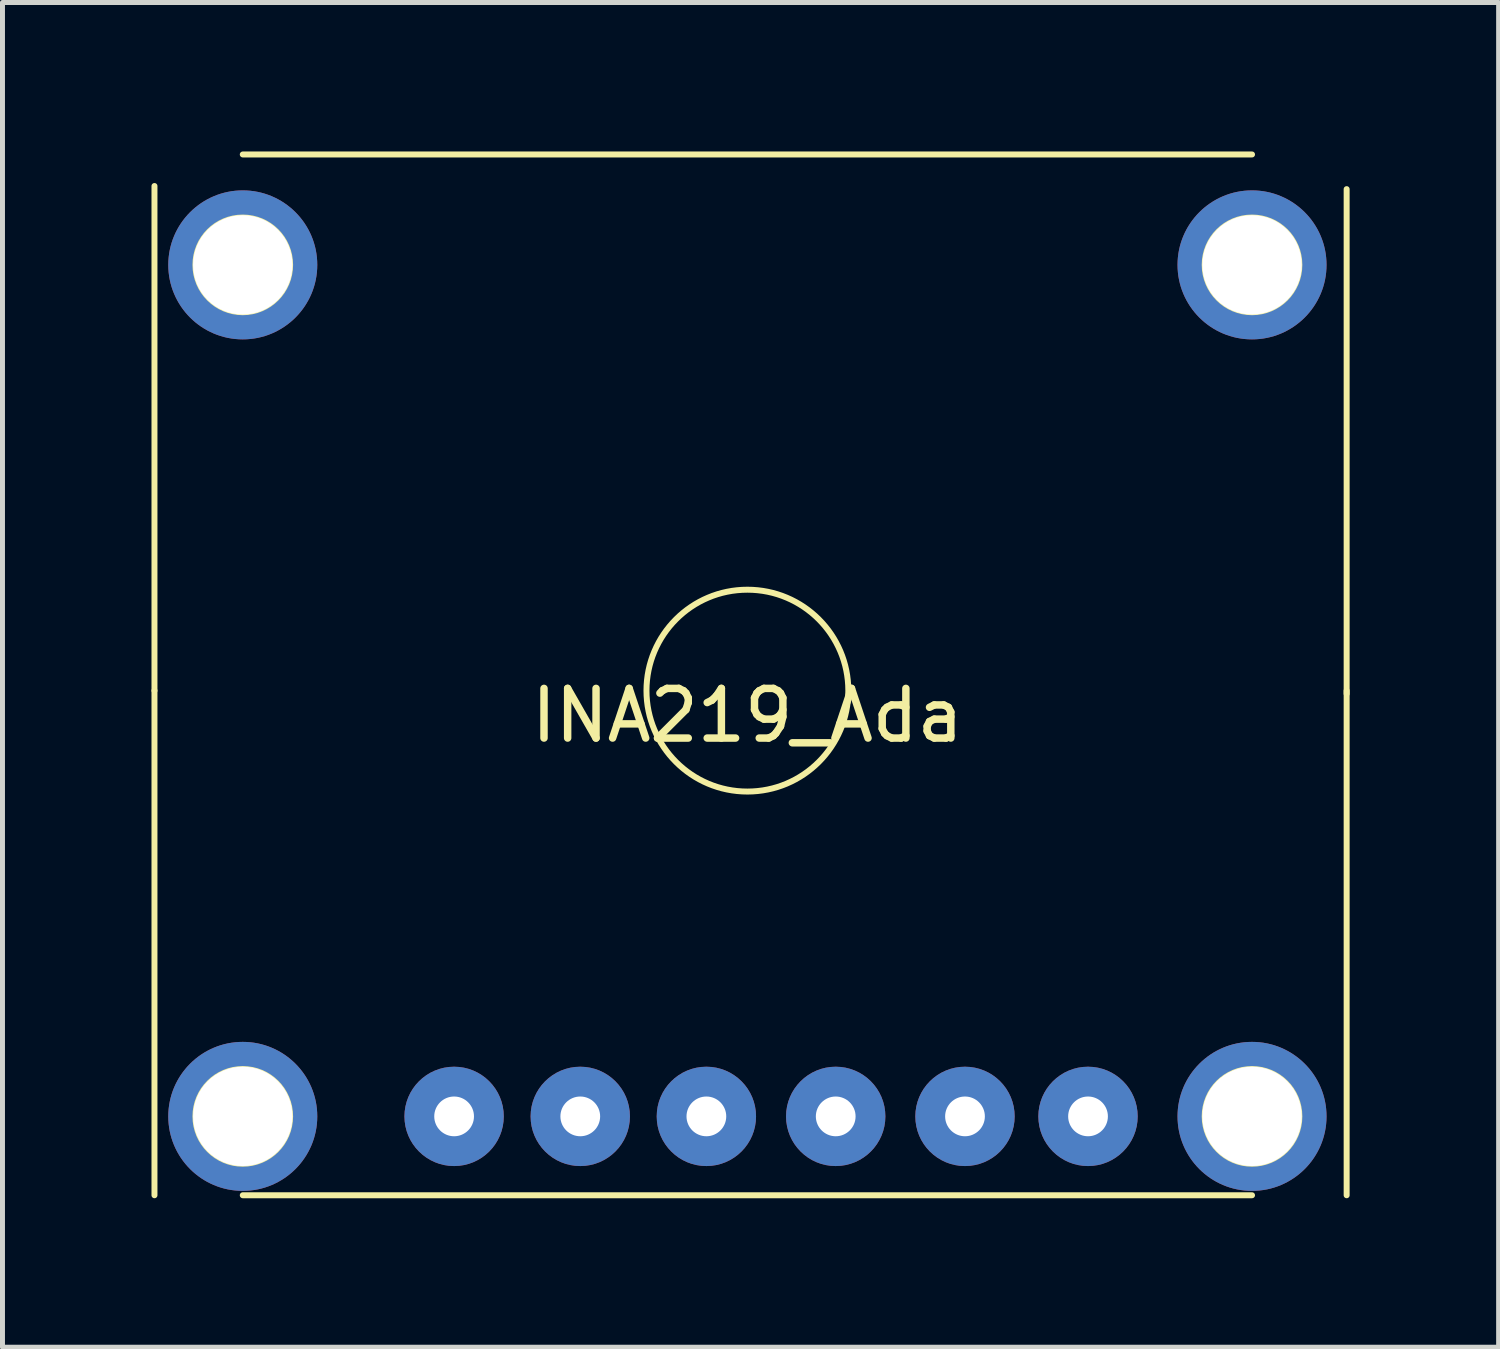
<source format=kicad_pcb>
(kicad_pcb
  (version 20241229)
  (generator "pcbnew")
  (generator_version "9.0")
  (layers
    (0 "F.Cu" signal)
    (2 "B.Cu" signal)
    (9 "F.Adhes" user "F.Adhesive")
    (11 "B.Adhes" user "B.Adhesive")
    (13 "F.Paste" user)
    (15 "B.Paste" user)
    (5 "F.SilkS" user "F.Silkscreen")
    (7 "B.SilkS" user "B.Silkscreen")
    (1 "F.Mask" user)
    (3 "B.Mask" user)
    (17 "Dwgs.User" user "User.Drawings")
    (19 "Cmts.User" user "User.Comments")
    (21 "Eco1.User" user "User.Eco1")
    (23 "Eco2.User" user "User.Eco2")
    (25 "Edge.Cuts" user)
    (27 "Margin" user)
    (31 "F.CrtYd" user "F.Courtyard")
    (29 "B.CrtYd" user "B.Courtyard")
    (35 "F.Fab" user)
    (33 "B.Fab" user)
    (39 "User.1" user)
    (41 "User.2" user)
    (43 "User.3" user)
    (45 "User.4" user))
  (footprint "INA219_Ada"
    (layer "F.Cu")
    (at 11.998 10.855)
    (property "Reference" "INA219_Ada" (at 0 0.5 0) (layer "F.SilkS") (effects (font (size 1 1) (thickness 0.15))))
    (attr through_hole)
    (fp_line (start -11.938 -10.16) (end -11.938 0) (stroke (width 0.12) (type solid)) (layer "F.SilkS"))
    (fp_line (start -11.938 0) (end -11.938 10.16) (stroke (width 0.12) (type solid)) (layer "F.SilkS"))
    (fp_line (start -10.16 10.16) (end 10.16 10.16) (stroke (width 0.12) (type solid)) (layer "F.SilkS"))
    (fp_line (start 10.16 -10.795) (end -10.16 -10.795) (stroke (width 0.12) (type solid)) (layer "F.SilkS"))
    (fp_line (start 12.065 0.064) (end 12.065 -10.097) (stroke (width 0.12) (type solid)) (layer "F.SilkS"))
    (fp_line (start 12.065 10.16) (end 12.065 0) (stroke (width 0.12) (type solid)) (layer "F.SilkS"))
    (fp_circle (center -10.16 -8.572) (end -9.207 -8.572) (stroke (width 0.12) (type solid)) (fill no) (layer "F.SilkS"))
    (fp_circle (center -10.16 8.572) (end -9.207 8.572) (stroke (width 0.12) (type solid)) (fill no) (layer "F.SilkS"))
    (fp_circle (center 0 0) (end 2.032 0) (stroke (width 0.12) (type solid)) (fill no) (layer "F.SilkS"))
    (fp_circle (center 10.16 -8.572) (end 11.113 -8.572) (stroke (width 0.12) (type solid)) (fill no) (layer "F.SilkS"))
    (fp_circle (center 10.16 8.572) (end 11.113 8.572) (stroke (width 0.12) (type solid)) (fill no) (layer "F.SilkS"))
    (pad "" np_thru_hole circle (at -10.16 -8.572) (size 3 3) (drill 2) (layers "*.Cu" "*.Mask"))
    (pad "" np_thru_hole circle (at -10.16 8.572) (size 3 3) (drill 2) (layers "*.Cu" "*.Mask"))
    (pad "" np_thru_hole circle (at 10.16 -8.572) (size 3 3) (drill 2) (layers "*.Cu" "*.Mask"))
    (pad "" np_thru_hole circle (at 10.16 8.572) (size 3 3) (drill 2) (layers "*.Cu" "*.Mask"))
    (pad "1" thru_hole circle (at -5.905 8.572) (size 2 2) (drill 0.8) (layers "*.Cu" "*.Mask"))
    (pad "2" thru_hole circle (at -3.365 8.572) (size 2 2) (drill 0.8) (layers "*.Cu" "*.Mask"))
    (pad "3" thru_hole circle (at -0.826 8.572) (size 2 2) (drill 0.8) (layers "*.Cu" "*.Mask"))
    (pad "4" thru_hole circle (at 1.778 8.572) (size 2 2) (drill 0.8) (layers "*.Cu" "*.Mask"))
    (pad "5" thru_hole circle (at 4.381 8.572) (size 2 2) (drill 0.8) (layers "*.Cu" "*.Mask"))
    (pad "6" thru_hole circle (at 6.858 8.572) (size 2 2) (drill 0.8) (layers "*.Cu" "*.Mask")))
  (gr_rect
    (start -3 -3)
    (end 27.123 24.075)
    (stroke (width 0.1) (type default))
    (fill no)
    (layer "Edge.Cuts")))
</source>
